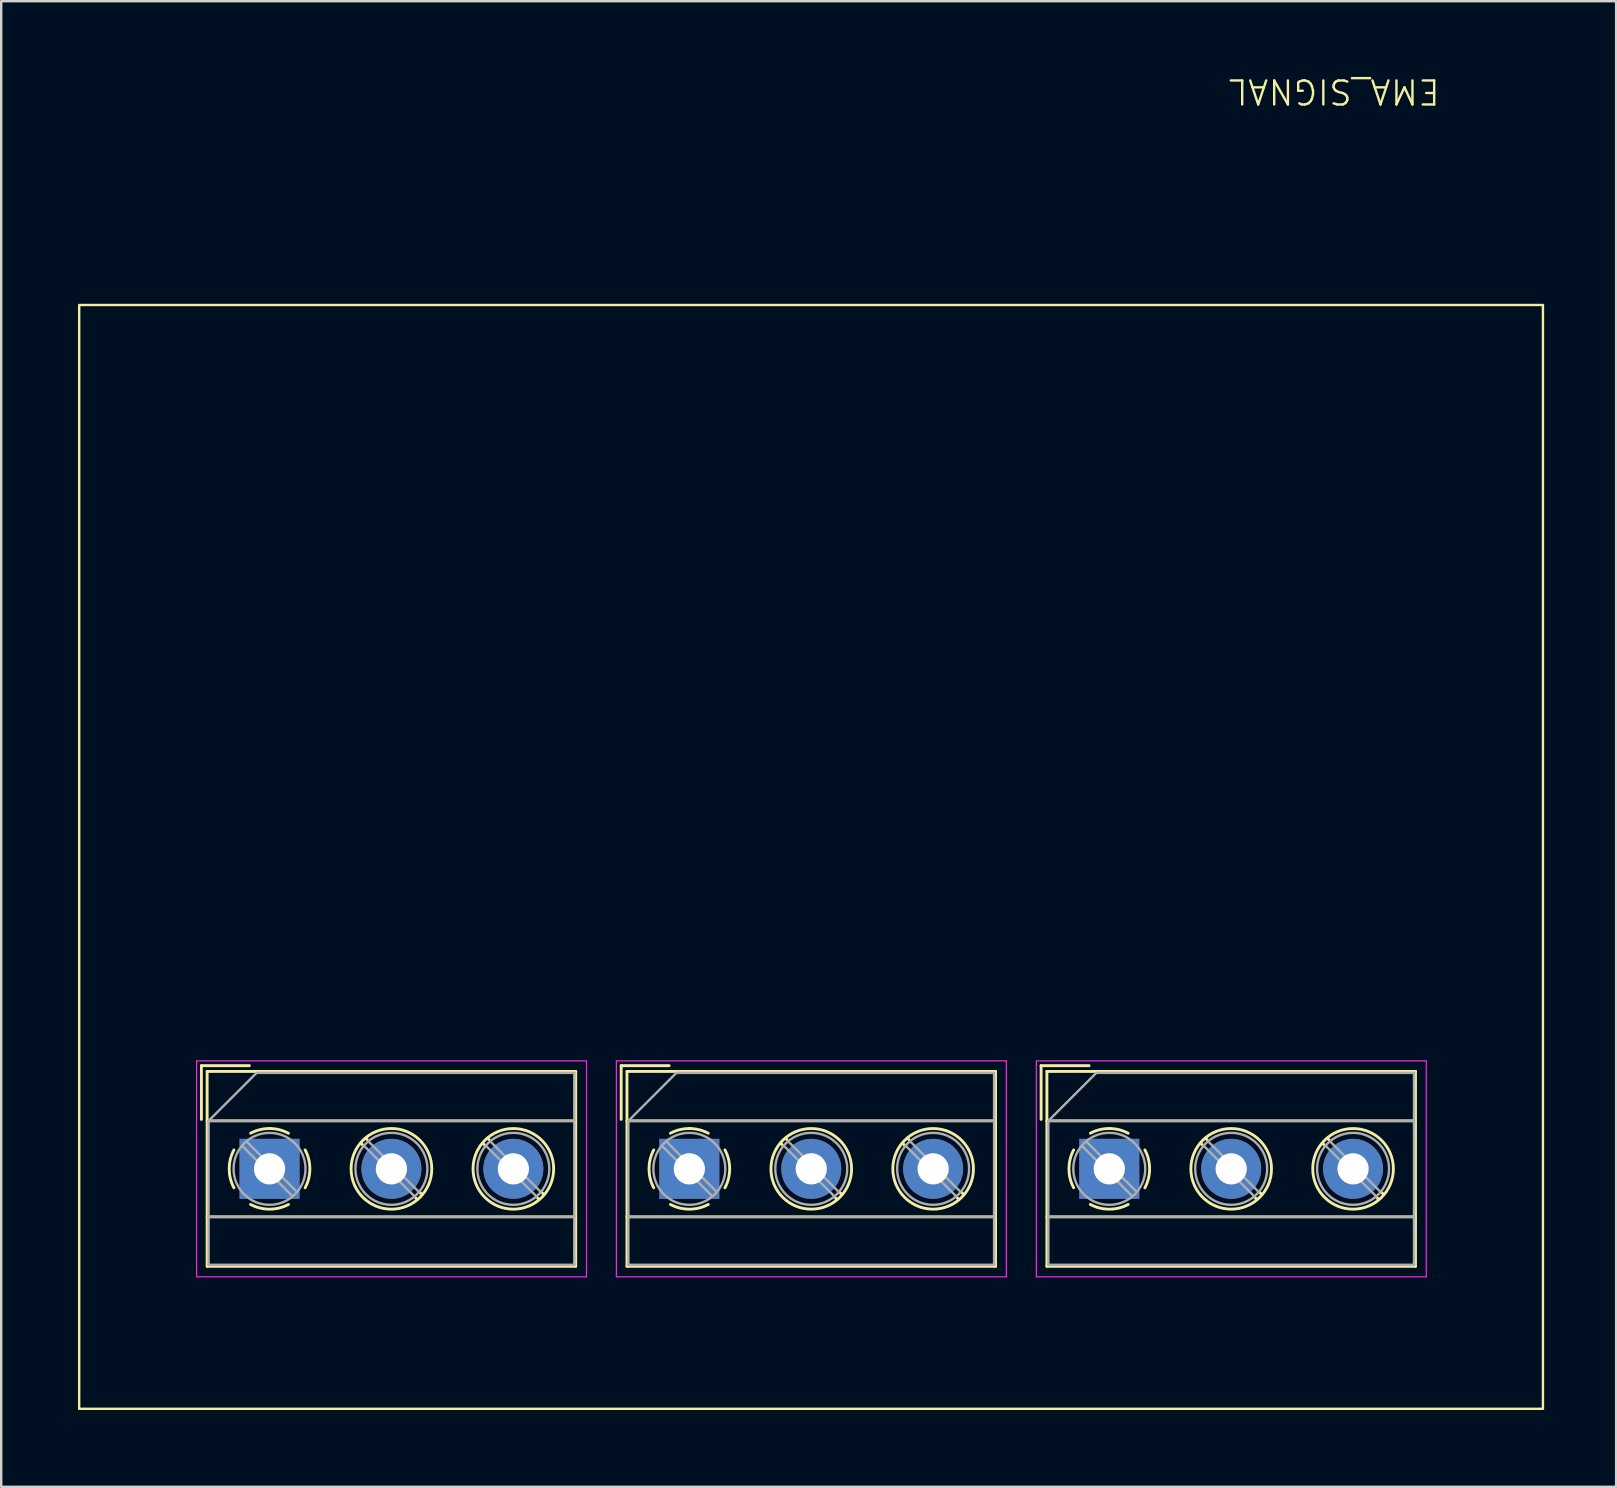
<source format=kicad_pcb>
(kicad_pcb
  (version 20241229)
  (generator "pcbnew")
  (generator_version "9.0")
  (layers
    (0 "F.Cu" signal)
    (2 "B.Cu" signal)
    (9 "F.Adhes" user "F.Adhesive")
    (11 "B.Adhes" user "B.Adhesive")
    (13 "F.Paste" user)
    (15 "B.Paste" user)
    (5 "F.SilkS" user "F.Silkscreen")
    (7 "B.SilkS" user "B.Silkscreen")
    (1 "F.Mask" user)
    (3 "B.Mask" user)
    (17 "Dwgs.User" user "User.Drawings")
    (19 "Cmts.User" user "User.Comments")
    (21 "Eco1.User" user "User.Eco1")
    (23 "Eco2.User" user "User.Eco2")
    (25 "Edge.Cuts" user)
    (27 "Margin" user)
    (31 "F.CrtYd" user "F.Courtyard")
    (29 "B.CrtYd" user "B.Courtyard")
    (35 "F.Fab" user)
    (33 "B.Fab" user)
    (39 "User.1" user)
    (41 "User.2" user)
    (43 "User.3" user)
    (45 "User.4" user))
  (footprint "EMA_SIGNAL"
    (layer "F.Cu")
    (at 0.25 55.66)
    (property "Reference" "EMA_SIGNAL" (at 52.3 -54.9 180) (unlocked yes) (layer "F.SilkS") (effects (font (size 1 1) (thickness 0.1))))
    (attr through_hole)
    (fp_line (start 5.093 -14.3) (end 7.093 -14.3) (stroke (width 0.12) (type solid)) (layer "F.SilkS"))
    (fp_line (start 5.093 -12.06) (end 5.093 -14.3) (stroke (width 0.12) (type solid)) (layer "F.SilkS"))
    (fp_line (start 5.332 -14.06) (end 20.692 -14.06) (stroke (width 0.12) (type solid)) (layer "F.SilkS"))
    (fp_line (start 5.332 -12) (end 20.692 -12) (stroke (width 0.12) (type solid)) (layer "F.SilkS"))
    (fp_line (start 5.332 -8) (end 20.692 -8) (stroke (width 0.12) (type solid)) (layer "F.SilkS"))
    (fp_line (start 5.332 -5.94) (end 5.332 -14.06) (stroke (width 0.12) (type solid)) (layer "F.SilkS"))
    (fp_line (start 5.332 -5.94) (end 20.692 -5.94) (stroke (width 0.12) (type solid)) (layer "F.SilkS"))
    (fp_line (start 11.832 -10.976) (end 11.739 -11.069) (stroke (width 0.12) (type solid)) (layer "F.SilkS"))
    (fp_line (start 12.002 -11.216) (end 11.944 -11.274) (stroke (width 0.12) (type solid)) (layer "F.SilkS"))
    (fp_line (start 14.082 -8.725) (end 14.024 -8.784) (stroke (width 0.12) (type solid)) (layer "F.SilkS"))
    (fp_line (start 14.287 -8.931) (end 14.194 -9.024) (stroke (width 0.12) (type solid)) (layer "F.SilkS"))
    (fp_line (start 16.913 -10.976) (end 16.819 -11.069) (stroke (width 0.12) (type solid)) (layer "F.SilkS"))
    (fp_line (start 17.082 -11.216) (end 17.023 -11.274) (stroke (width 0.12) (type solid)) (layer "F.SilkS"))
    (fp_line (start 19.163 -8.725) (end 19.104 -8.784) (stroke (width 0.12) (type solid)) (layer "F.SilkS"))
    (fp_line (start 19.367 -8.931) (end 19.273 -9.024) (stroke (width 0.12) (type solid)) (layer "F.SilkS"))
    (fp_line (start 20.692 -5.94) (end 20.692 -14.06) (stroke (width 0.12) (type solid)) (layer "F.SilkS"))
    (fp_line (start 22.587 -14.3) (end 24.587 -14.3) (stroke (width 0.12) (type solid)) (layer "F.SilkS"))
    (fp_line (start 22.587 -12.06) (end 22.587 -14.3) (stroke (width 0.12) (type solid)) (layer "F.SilkS"))
    (fp_line (start 22.828 -14.06) (end 38.188 -14.06) (stroke (width 0.12) (type solid)) (layer "F.SilkS"))
    (fp_line (start 22.828 -12) (end 38.188 -12) (stroke (width 0.12) (type solid)) (layer "F.SilkS"))
    (fp_line (start 22.828 -8) (end 38.188 -8) (stroke (width 0.12) (type solid)) (layer "F.SilkS"))
    (fp_line (start 22.828 -5.94) (end 22.828 -14.06) (stroke (width 0.12) (type solid)) (layer "F.SilkS"))
    (fp_line (start 22.828 -5.94) (end 38.188 -5.94) (stroke (width 0.12) (type solid)) (layer "F.SilkS"))
    (fp_line (start 29.328 -10.976) (end 29.233 -11.069) (stroke (width 0.12) (type solid)) (layer "F.SilkS"))
    (fp_line (start 29.497 -11.216) (end 29.439 -11.274) (stroke (width 0.12) (type solid)) (layer "F.SilkS"))
    (fp_line (start 31.578 -8.725) (end 31.518 -8.784) (stroke (width 0.12) (type solid)) (layer "F.SilkS"))
    (fp_line (start 31.782 -8.931) (end 31.689 -9.024) (stroke (width 0.12) (type solid)) (layer "F.SilkS"))
    (fp_line (start 34.407 -10.976) (end 34.313 -11.069) (stroke (width 0.12) (type solid)) (layer "F.SilkS"))
    (fp_line (start 34.578 -11.216) (end 34.519 -11.274) (stroke (width 0.12) (type solid)) (layer "F.SilkS"))
    (fp_line (start 36.657 -8.725) (end 36.599 -8.784) (stroke (width 0.12) (type solid)) (layer "F.SilkS"))
    (fp_line (start 36.862 -8.931) (end 36.769 -9.024) (stroke (width 0.12) (type solid)) (layer "F.SilkS"))
    (fp_line (start 38.188 -5.94) (end 38.188 -14.06) (stroke (width 0.12) (type solid)) (layer "F.SilkS"))
    (fp_line (start 40.087 -14.3) (end 42.087 -14.3) (stroke (width 0.12) (type solid)) (layer "F.SilkS"))
    (fp_line (start 40.087 -12.06) (end 40.087 -14.3) (stroke (width 0.12) (type solid)) (layer "F.SilkS"))
    (fp_line (start 40.328 -14.06) (end 55.688 -14.06) (stroke (width 0.12) (type solid)) (layer "F.SilkS"))
    (fp_line (start 40.328 -12) (end 55.688 -12) (stroke (width 0.12) (type solid)) (layer "F.SilkS"))
    (fp_line (start 40.328 -8) (end 55.688 -8) (stroke (width 0.12) (type solid)) (layer "F.SilkS"))
    (fp_line (start 40.328 -5.94) (end 40.328 -14.06) (stroke (width 0.12) (type solid)) (layer "F.SilkS"))
    (fp_line (start 40.328 -5.94) (end 55.688 -5.94) (stroke (width 0.12) (type solid)) (layer "F.SilkS"))
    (fp_line (start 46.828 -10.976) (end 46.733 -11.069) (stroke (width 0.12) (type solid)) (layer "F.SilkS"))
    (fp_line (start 46.998 -11.216) (end 46.938 -11.274) (stroke (width 0.12) (type solid)) (layer "F.SilkS"))
    (fp_line (start 49.078 -8.725) (end 49.019 -8.784) (stroke (width 0.12) (type solid)) (layer "F.SilkS"))
    (fp_line (start 49.282 -8.931) (end 49.188 -9.024) (stroke (width 0.12) (type solid)) (layer "F.SilkS"))
    (fp_line (start 51.907 -10.976) (end 51.813 -11.069) (stroke (width 0.12) (type solid)) (layer "F.SilkS"))
    (fp_line (start 52.078 -11.216) (end 52.019 -11.274) (stroke (width 0.12) (type solid)) (layer "F.SilkS"))
    (fp_line (start 54.157 -8.725) (end 54.099 -8.784) (stroke (width 0.12) (type solid)) (layer "F.SilkS"))
    (fp_line (start 54.362 -8.931) (end 54.269 -9.024) (stroke (width 0.12) (type solid)) (layer "F.SilkS"))
    (fp_line (start 55.688 -5.94) (end 55.688 -14.06) (stroke (width 0.12) (type solid)) (layer "F.SilkS"))
    (fp_rect (start 0 -46) (end 61 0) (stroke (width 0.1) (type default)) (fill no) (layer "F.SilkS"))
    (fp_arc (start 6.4485 -9.211) (mid 6.251793 -10.00005) (end 6.448547 -10.789089) (stroke (width 0.12) (type solid)) (layer "F.SilkS"))
    (fp_arc (start 7.1435 -11.484) (mid 7.540196 -11.634281) (end 7.961883 -11.68045) (stroke (width 0.12) (type solid)) (layer "F.SilkS"))
    (fp_arc (start 7.9325 -11.68) (mid 8.338929 -11.630097) (end 8.721212 -11.483352) (stroke (width 0.12) (type solid)) (layer "F.SilkS"))
    (fp_arc (start 8.7215 -8.516) (mid 7.93245 -8.319293) (end 7.143411 -8.516047) (stroke (width 0.12) (type solid)) (layer "F.SilkS"))
    (fp_arc (start 9.4165 -10.789) (mid 9.613207 -9.99995) (end 9.416453 -9.210911) (stroke (width 0.12) (type solid)) (layer "F.SilkS"))
    (fp_arc (start 23.9435 -9.211) (mid 23.746793 -10.00005) (end 23.943547 -10.789089) (stroke (width 0.12) (type solid)) (layer "F.SilkS"))
    (fp_arc (start 24.6385 -11.484) (mid 25.035196 -11.634281) (end 25.456883 -11.68045) (stroke (width 0.12) (type solid)) (layer "F.SilkS"))
    (fp_arc (start 25.4275 -11.68) (mid 25.833929 -11.630097) (end 26.216212 -11.483352) (stroke (width 0.12) (type solid)) (layer "F.SilkS"))
    (fp_arc (start 26.2165 -8.516) (mid 25.42745 -8.319293) (end 24.638411 -8.516047) (stroke (width 0.12) (type solid)) (layer "F.SilkS"))
    (fp_arc (start 26.9115 -10.789) (mid 27.108207 -9.99995) (end 26.911453 -9.210911) (stroke (width 0.12) (type solid)) (layer "F.SilkS"))
    (fp_arc (start 41.4435 -9.211) (mid 41.246793 -10.00005) (end 41.443547 -10.789089) (stroke (width 0.12) (type solid)) (layer "F.SilkS"))
    (fp_arc (start 42.1385 -11.484) (mid 42.535196 -11.634281) (end 42.956883 -11.68045) (stroke (width 0.12) (type solid)) (layer "F.SilkS"))
    (fp_arc (start 42.9275 -11.68) (mid 43.333929 -11.630097) (end 43.716212 -11.483352) (stroke (width 0.12) (type solid)) (layer "F.SilkS"))
    (fp_arc (start 43.7165 -8.516) (mid 42.92745 -8.319293) (end 42.138411 -8.516047) (stroke (width 0.12) (type solid)) (layer "F.SilkS"))
    (fp_arc (start 44.4115 -10.789) (mid 44.608207 -9.99995) (end 44.411453 -9.210911) (stroke (width 0.12) (type solid)) (layer "F.SilkS"))
    (fp_circle (center 13.012 -10) (end 14.693 -10) (stroke (width 0.12) (type solid)) (fill no) (layer "F.SilkS"))
    (fp_circle (center 18.093 -10) (end 19.773 -10) (stroke (width 0.12) (type solid)) (fill no) (layer "F.SilkS"))
    (fp_circle (center 30.508 -10) (end 32.188 -10) (stroke (width 0.12) (type solid)) (fill no) (layer "F.SilkS"))
    (fp_circle (center 35.587 -10) (end 37.267 -10) (stroke (width 0.12) (type solid)) (fill no) (layer "F.SilkS"))
    (fp_circle (center 48.008 -10) (end 49.688 -10) (stroke (width 0.12) (type solid)) (fill no) (layer "F.SilkS"))
    (fp_circle (center 53.087 -10) (end 54.767 -10) (stroke (width 0.12) (type solid)) (fill no) (layer "F.SilkS"))
    (fp_line (start 4.893 -14.5) (end 21.142 -14.5) (stroke (width 0.05) (type solid)) (layer "F.CrtYd"))
    (fp_line (start 4.893 -5.5) (end 4.893 -14.5) (stroke (width 0.05) (type solid)) (layer "F.CrtYd"))
    (fp_line (start 21.142 -14.5) (end 21.142 -5.5) (stroke (width 0.05) (type solid)) (layer "F.CrtYd"))
    (fp_line (start 21.142 -5.5) (end 4.893 -5.5) (stroke (width 0.05) (type solid)) (layer "F.CrtYd"))
    (fp_line (start 22.387 -14.5) (end 38.638 -14.5) (stroke (width 0.05) (type solid)) (layer "F.CrtYd"))
    (fp_line (start 22.387 -5.5) (end 22.387 -14.5) (stroke (width 0.05) (type solid)) (layer "F.CrtYd"))
    (fp_line (start 38.638 -14.5) (end 38.638 -5.5) (stroke (width 0.05) (type solid)) (layer "F.CrtYd"))
    (fp_line (start 38.638 -5.5) (end 22.387 -5.5) (stroke (width 0.05) (type solid)) (layer "F.CrtYd"))
    (fp_line (start 39.888 -14.5) (end 56.138 -14.5) (stroke (width 0.05) (type solid)) (layer "F.CrtYd"))
    (fp_line (start 39.888 -5.5) (end 39.888 -14.5) (stroke (width 0.05) (type solid)) (layer "F.CrtYd"))
    (fp_line (start 56.138 -14.5) (end 56.138 -5.5) (stroke (width 0.05) (type solid)) (layer "F.CrtYd"))
    (fp_line (start 56.138 -5.5) (end 39.888 -5.5) (stroke (width 0.05) (type solid)) (layer "F.CrtYd"))
    (fp_line (start 5.393 -12) (end 5.393 -6) (stroke (width 0.1) (type solid)) (layer "F.Fab"))
    (fp_line (start 5.393 -12) (end 20.633 -12) (stroke (width 0.1) (type solid)) (layer "F.Fab"))
    (fp_line (start 5.393 -8) (end 20.633 -8) (stroke (width 0.1) (type solid)) (layer "F.Fab"))
    (fp_line (start 5.393 -6) (end 20.633 -6) (stroke (width 0.1) (type solid)) (layer "F.Fab"))
    (fp_line (start 7.393 -14) (end 5.393 -12) (stroke (width 0.1) (type solid)) (layer "F.Fab"))
    (fp_line (start 8.887 -8.862) (end 6.795 -10.955) (stroke (width 0.1) (type solid)) (layer "F.Fab"))
    (fp_line (start 9.07 -9.045) (end 6.978 -11.138) (stroke (width 0.1) (type solid)) (layer "F.Fab"))
    (fp_line (start 13.967 -8.862) (end 11.876 -10.955) (stroke (width 0.1) (type solid)) (layer "F.Fab"))
    (fp_line (start 14.15 -9.045) (end 12.059 -11.138) (stroke (width 0.1) (type solid)) (layer "F.Fab"))
    (fp_line (start 19.047 -8.862) (end 16.956 -10.955) (stroke (width 0.1) (type solid)) (layer "F.Fab"))
    (fp_line (start 19.23 -9.045) (end 17.139 -11.138) (stroke (width 0.1) (type solid)) (layer "F.Fab"))
    (fp_line (start 20.633 -14) (end 7.393 -14) (stroke (width 0.1) (type solid)) (layer "F.Fab"))
    (fp_line (start 20.633 -6) (end 20.633 -14) (stroke (width 0.1) (type solid)) (layer "F.Fab"))
    (fp_line (start 22.887 -12) (end 22.887 -6) (stroke (width 0.1) (type solid)) (layer "F.Fab"))
    (fp_line (start 22.887 -12) (end 38.127 -12) (stroke (width 0.1) (type solid)) (layer "F.Fab"))
    (fp_line (start 22.887 -8) (end 38.127 -8) (stroke (width 0.1) (type solid)) (layer "F.Fab"))
    (fp_line (start 22.887 -6) (end 38.127 -6) (stroke (width 0.1) (type solid)) (layer "F.Fab"))
    (fp_line (start 24.887 -14) (end 22.887 -12) (stroke (width 0.1) (type solid)) (layer "F.Fab"))
    (fp_line (start 26.383 -8.862) (end 24.29 -10.955) (stroke (width 0.1) (type solid)) (layer "F.Fab"))
    (fp_line (start 26.566 -9.045) (end 24.473 -11.138) (stroke (width 0.1) (type solid)) (layer "F.Fab"))
    (fp_line (start 31.462 -8.862) (end 29.37 -10.955) (stroke (width 0.1) (type solid)) (layer "F.Fab"))
    (fp_line (start 31.645 -9.045) (end 29.553 -11.138) (stroke (width 0.1) (type solid)) (layer "F.Fab"))
    (fp_line (start 36.542 -8.862) (end 34.45 -10.955) (stroke (width 0.1) (type solid)) (layer "F.Fab"))
    (fp_line (start 36.725 -9.045) (end 34.633 -11.138) (stroke (width 0.1) (type solid)) (layer "F.Fab"))
    (fp_line (start 38.127 -14) (end 24.887 -14) (stroke (width 0.1) (type solid)) (layer "F.Fab"))
    (fp_line (start 38.127 -6) (end 38.127 -14) (stroke (width 0.1) (type solid)) (layer "F.Fab"))
    (fp_line (start 40.388 -12) (end 40.388 -6) (stroke (width 0.1) (type solid)) (layer "F.Fab"))
    (fp_line (start 40.388 -12) (end 55.627 -12) (stroke (width 0.1) (type solid)) (layer "F.Fab"))
    (fp_line (start 40.388 -8) (end 55.627 -8) (stroke (width 0.1) (type solid)) (layer "F.Fab"))
    (fp_line (start 40.388 -6) (end 55.627 -6) (stroke (width 0.1) (type solid)) (layer "F.Fab"))
    (fp_line (start 42.388 -14) (end 40.388 -12) (stroke (width 0.1) (type solid)) (layer "F.Fab"))
    (fp_line (start 43.883 -8.862) (end 41.789 -10.955) (stroke (width 0.1) (type solid)) (layer "F.Fab"))
    (fp_line (start 44.066 -9.045) (end 41.972 -11.138) (stroke (width 0.1) (type solid)) (layer "F.Fab"))
    (fp_line (start 48.962 -8.862) (end 46.87 -10.955) (stroke (width 0.1) (type solid)) (layer "F.Fab"))
    (fp_line (start 49.145 -9.045) (end 47.053 -11.138) (stroke (width 0.1) (type solid)) (layer "F.Fab"))
    (fp_line (start 54.042 -8.862) (end 51.95 -10.955) (stroke (width 0.1) (type solid)) (layer "F.Fab"))
    (fp_line (start 54.225 -9.045) (end 52.133 -11.138) (stroke (width 0.1) (type solid)) (layer "F.Fab"))
    (fp_line (start 55.627 -14) (end 42.388 -14) (stroke (width 0.1) (type solid)) (layer "F.Fab"))
    (fp_line (start 55.627 -6) (end 55.627 -14) (stroke (width 0.1) (type solid)) (layer "F.Fab"))
    (fp_circle (center 7.933 -10) (end 9.432 -10) (stroke (width 0.1) (type solid)) (fill no) (layer "F.Fab"))
    (fp_circle (center 13.012 -10) (end 14.512 -10) (stroke (width 0.1) (type solid)) (fill no) (layer "F.Fab"))
    (fp_circle (center 18.093 -10) (end 19.593 -10) (stroke (width 0.1) (type solid)) (fill no) (layer "F.Fab"))
    (fp_circle (center 25.427 -10) (end 26.927 -10) (stroke (width 0.1) (type solid)) (fill no) (layer "F.Fab"))
    (fp_circle (center 30.508 -10) (end 32.008 -10) (stroke (width 0.1) (type solid)) (fill no) (layer "F.Fab"))
    (fp_circle (center 35.587 -10) (end 37.087 -10) (stroke (width 0.1) (type solid)) (fill no) (layer "F.Fab"))
    (fp_circle (center 42.928 -10) (end 44.428 -10) (stroke (width 0.1) (type solid)) (fill no) (layer "F.Fab"))
    (fp_circle (center 48.008 -10) (end 49.508 -10) (stroke (width 0.1) (type solid)) (fill no) (layer "F.Fab"))
    (fp_circle (center 53.087 -10) (end 54.587 -10) (stroke (width 0.1) (type solid)) (fill no) (layer "F.Fab"))
    (pad "1" thru_hole rect (at 7.933 -10 180) (size 2.5 2.5) (drill 1.3) (layers "*.Cu" "*.Mask"))
    (pad "2" thru_hole circle (at 13.012 -10 180) (size 2.5 2.5) (drill 1.3) (layers "*.Cu" "*.Mask"))
    (pad "3" thru_hole circle (at 18.093 -10 180) (size 2.5 2.5) (drill 1.3) (layers "*.Cu" "*.Mask"))
    (pad "4" thru_hole rect (at 25.427 -10 180) (size 2.5 2.5) (drill 1.3) (layers "*.Cu" "*.Mask"))
    (pad "5" thru_hole circle (at 30.508 -10 180) (size 2.5 2.5) (drill 1.3) (layers "*.Cu" "*.Mask"))
    (pad "6" thru_hole circle (at 35.587 -10 180) (size 2.5 2.5) (drill 1.3) (layers "*.Cu" "*.Mask"))
    (pad "7" thru_hole rect (at 42.928 -10 180) (size 2.5 2.5) (drill 1.3) (layers "*.Cu" "*.Mask"))
    (pad "8" thru_hole circle (at 48.008 -10 180) (size 2.5 2.5) (drill 1.3) (layers "*.Cu" "*.Mask"))
    (pad "9" thru_hole circle (at 53.087 -10 180) (size 2.5 2.5) (drill 1.3) (layers "*.Cu" "*.Mask")))
  (gr_rect
    (start -3 -3)
    (end 64.3 58.91)
    (stroke (width 0.1) (type default))
    (fill no)
    (layer "Edge.Cuts")))
</source>
